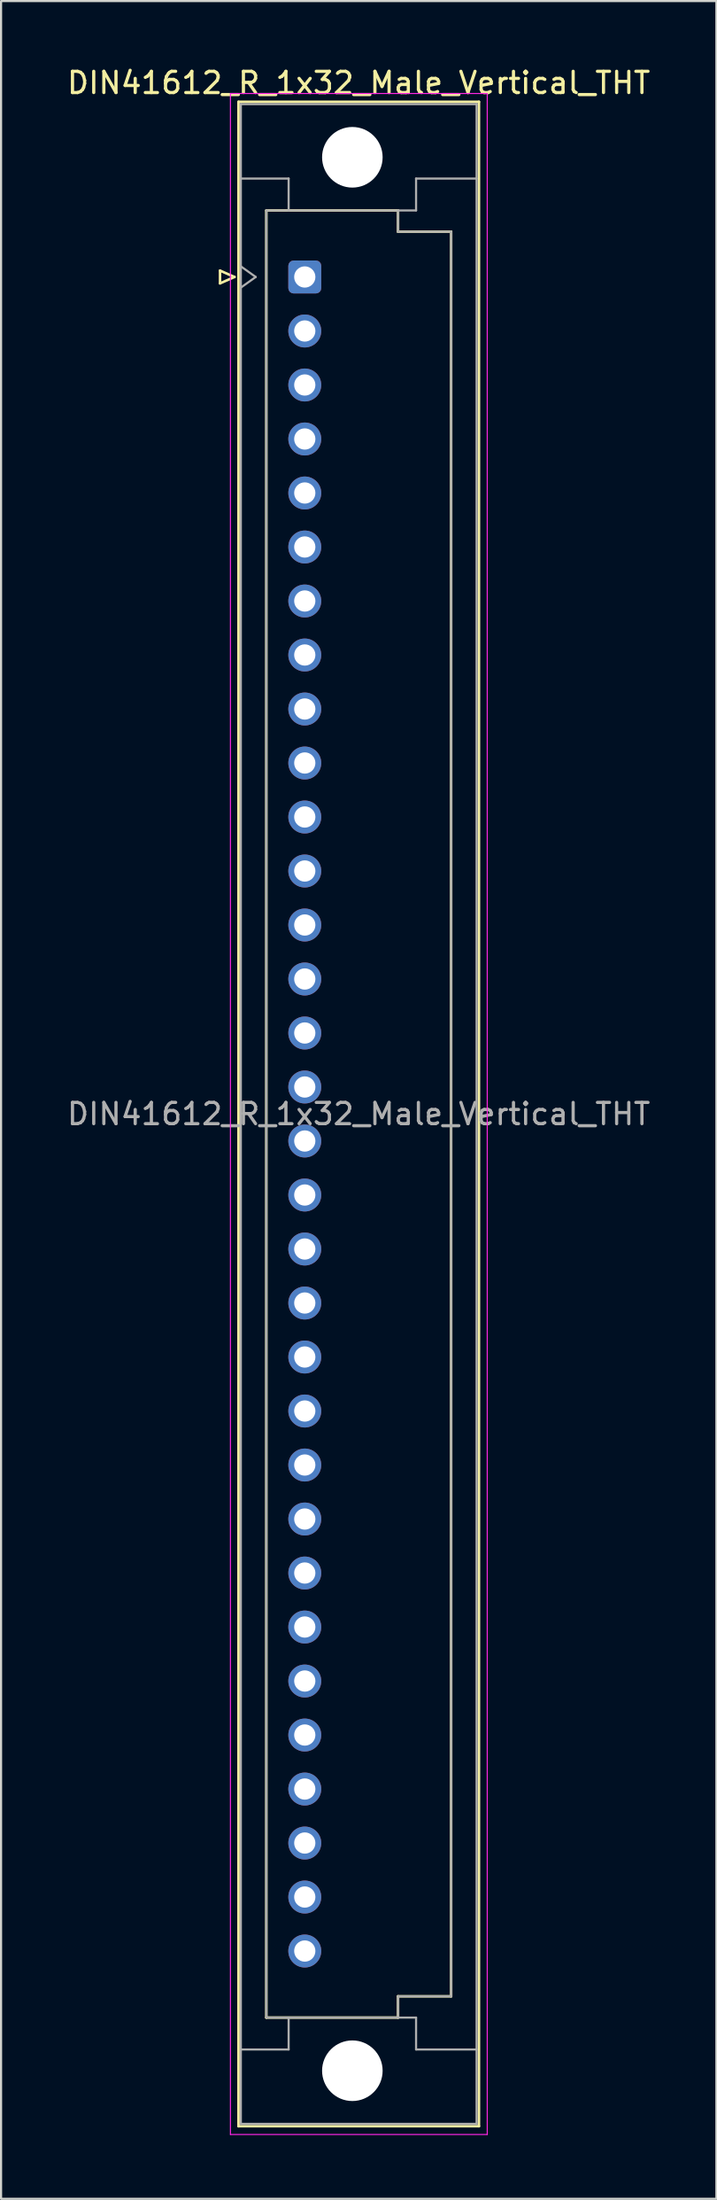
<source format=kicad_pcb>
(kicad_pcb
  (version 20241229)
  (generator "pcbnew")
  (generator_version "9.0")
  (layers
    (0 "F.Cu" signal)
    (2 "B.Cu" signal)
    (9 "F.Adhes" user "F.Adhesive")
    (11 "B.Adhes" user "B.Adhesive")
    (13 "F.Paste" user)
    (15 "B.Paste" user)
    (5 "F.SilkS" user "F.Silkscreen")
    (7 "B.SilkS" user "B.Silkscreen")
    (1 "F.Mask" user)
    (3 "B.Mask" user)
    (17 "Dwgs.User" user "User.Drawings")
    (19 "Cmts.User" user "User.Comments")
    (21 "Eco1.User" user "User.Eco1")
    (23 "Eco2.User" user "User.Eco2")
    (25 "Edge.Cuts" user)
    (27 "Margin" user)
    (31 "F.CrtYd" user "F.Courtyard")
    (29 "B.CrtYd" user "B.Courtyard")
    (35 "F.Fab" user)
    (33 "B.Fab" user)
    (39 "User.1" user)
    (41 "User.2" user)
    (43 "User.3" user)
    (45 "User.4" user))
  (footprint "DIN41612_R_1x32_Male_Vertical_THT"
    (layer "F.Cu")
    (at 11.299 9.978)
    (property "Reference" "DIN41612_R_1x32_Male_Vertical_THT" (at 2.54 -9.13 0) (layer "F.SilkS") (effects (font (size 1 1) (thickness 0.15))))
    (attr through_hole)
    (fp_line (start -3.99 -0.3) (end -3.99 0.3) (stroke (width 0.12) (type solid)) (layer "F.SilkS"))
    (fp_line (start -3.99 0.3) (end -3.31 0) (stroke (width 0.12) (type solid)) (layer "F.SilkS"))
    (fp_line (start -3.31 0) (end -3.99 -0.3) (stroke (width 0.12) (type solid)) (layer "F.SilkS"))
    (fp_line (start -3.12 -8.24) (end 8.2 -8.24) (stroke (width 0.12) (type solid)) (layer "F.SilkS"))
    (fp_line (start -3.12 86.98) (end -3.12 -8.24) (stroke (width 0.12) (type solid)) (layer "F.SilkS"))
    (fp_line (start -1.81 -3.13) (end 4.39 -3.13) (stroke (width 0.12) (type solid)) (layer "F.SilkS"))
    (fp_line (start -1.81 81.87) (end -1.81 -3.13) (stroke (width 0.12) (type solid)) (layer "F.SilkS"))
    (fp_line (start 4.39 -3.13) (end 4.39 -2.13) (stroke (width 0.12) (type solid)) (layer "F.SilkS"))
    (fp_line (start 4.39 -2.13) (end 6.89 -2.13) (stroke (width 0.12) (type solid)) (layer "F.SilkS"))
    (fp_line (start 4.39 80.87) (end 4.39 81.87) (stroke (width 0.12) (type solid)) (layer "F.SilkS"))
    (fp_line (start 4.39 81.87) (end -1.81 81.87) (stroke (width 0.12) (type solid)) (layer "F.SilkS"))
    (fp_line (start 6.89 -2.13) (end 6.89 80.87) (stroke (width 0.12) (type solid)) (layer "F.SilkS"))
    (fp_line (start 6.89 80.87) (end 4.39 80.87) (stroke (width 0.12) (type solid)) (layer "F.SilkS"))
    (fp_line (start 8.2 -8.24) (end 8.2 86.98) (stroke (width 0.12) (type solid)) (layer "F.SilkS"))
    (fp_line (start 8.2 86.98) (end -3.12 86.98) (stroke (width 0.12) (type solid)) (layer "F.SilkS"))
    (fp_line (start -3.5 -8.63) (end 8.59 -8.63) (stroke (width 0.05) (type solid)) (layer "F.CrtYd"))
    (fp_line (start -3.5 87.37) (end -3.5 -8.63) (stroke (width 0.05) (type solid)) (layer "F.CrtYd"))
    (fp_line (start 8.59 -8.63) (end 8.59 87.37) (stroke (width 0.05) (type solid)) (layer "F.CrtYd"))
    (fp_line (start 8.59 87.37) (end -3.5 87.37) (stroke (width 0.05) (type solid)) (layer "F.CrtYd"))
    (fp_line (start -3.01 -8.13) (end 8.09 -8.13) (stroke (width 0.1) (type solid)) (layer "F.Fab"))
    (fp_line (start -3.01 -4.63) (end -0.76 -4.63) (stroke (width 0.1) (type solid)) (layer "F.Fab"))
    (fp_line (start -3.01 -0.5) (end -2.31 0) (stroke (width 0.1) (type solid)) (layer "F.Fab"))
    (fp_line (start -3.01 83.37) (end -0.76 83.37) (stroke (width 0.1) (type solid)) (layer "F.Fab"))
    (fp_line (start -3.01 86.87) (end -3.01 -8.13) (stroke (width 0.1) (type solid)) (layer "F.Fab"))
    (fp_line (start -2.31 0) (end -3.01 0.5) (stroke (width 0.1) (type solid)) (layer "F.Fab"))
    (fp_line (start -1.81 -3.13) (end 4.39 -3.13) (stroke (width 0.1) (type solid)) (layer "F.Fab"))
    (fp_line (start -1.81 81.87) (end -1.81 -3.13) (stroke (width 0.1) (type solid)) (layer "F.Fab"))
    (fp_line (start -0.76 -4.63) (end -0.76 -3.13) (stroke (width 0.1) (type solid)) (layer "F.Fab"))
    (fp_line (start -0.76 83.37) (end -0.76 81.87) (stroke (width 0.1) (type solid)) (layer "F.Fab"))
    (fp_line (start 4.39 -3.13) (end 4.39 -2.13) (stroke (width 0.1) (type solid)) (layer "F.Fab"))
    (fp_line (start 4.39 -3.13) (end 5.24 -3.13) (stroke (width 0.1) (type solid)) (layer "F.Fab"))
    (fp_line (start 4.39 -2.13) (end 6.89 -2.13) (stroke (width 0.1) (type solid)) (layer "F.Fab"))
    (fp_line (start 4.39 80.87) (end 4.39 81.87) (stroke (width 0.1) (type solid)) (layer "F.Fab"))
    (fp_line (start 4.39 81.87) (end -1.81 81.87) (stroke (width 0.1) (type solid)) (layer "F.Fab"))
    (fp_line (start 4.39 81.87) (end 5.24 81.87) (stroke (width 0.1) (type solid)) (layer "F.Fab"))
    (fp_line (start 5.24 -4.63) (end 8.09 -4.63) (stroke (width 0.1) (type solid)) (layer "F.Fab"))
    (fp_line (start 5.24 -3.13) (end 5.24 -4.63) (stroke (width 0.1) (type solid)) (layer "F.Fab"))
    (fp_line (start 5.24 81.87) (end 5.24 83.37) (stroke (width 0.1) (type solid)) (layer "F.Fab"))
    (fp_line (start 5.24 83.37) (end 8.09 83.37) (stroke (width 0.1) (type solid)) (layer "F.Fab"))
    (fp_line (start 6.89 -2.13) (end 6.89 80.87) (stroke (width 0.1) (type solid)) (layer "F.Fab"))
    (fp_line (start 6.89 80.87) (end 4.39 80.87) (stroke (width 0.1) (type solid)) (layer "F.Fab"))
    (fp_line (start 8.09 -8.13) (end 8.09 86.87) (stroke (width 0.1) (type solid)) (layer "F.Fab"))
    (fp_line (start 8.09 86.87) (end -3.01 86.87) (stroke (width 0.1) (type solid)) (layer "F.Fab"))
    (fp_text user "${REFERENCE}" (at 2.54 39.37 0) (layer "F.Fab") (effects (font (size 1 1) (thickness 0.15))))
    (pad "" np_thru_hole circle (at 2.24 -5.63) (size 2.85 2.85) (drill 2.85) (layers "*.Cu" "*.Mask"))
    (pad "" np_thru_hole circle (at 2.24 84.37) (size 2.85 2.85) (drill 2.85) (layers "*.Cu" "*.Mask"))
    (pad "a1" thru_hole roundrect (at 0 0) (size 1.55 1.55) (drill 1) (layers "*.Cu" "*.Mask") (roundrect_rratio 0.161))
    (pad "a2" thru_hole circle (at 0 2.54) (size 1.55 1.55) (drill 1) (layers "*.Cu" "*.Mask"))
    (pad "a3" thru_hole circle (at 0 5.08) (size 1.55 1.55) (drill 1) (layers "*.Cu" "*.Mask"))
    (pad "a4" thru_hole circle (at 0 7.62) (size 1.55 1.55) (drill 1) (layers "*.Cu" "*.Mask"))
    (pad "a5" thru_hole circle (at 0 10.16) (size 1.55 1.55) (drill 1) (layers "*.Cu" "*.Mask"))
    (pad "a6" thru_hole circle (at 0 12.7) (size 1.55 1.55) (drill 1) (layers "*.Cu" "*.Mask"))
    (pad "a7" thru_hole circle (at 0 15.24) (size 1.55 1.55) (drill 1) (layers "*.Cu" "*.Mask"))
    (pad "a8" thru_hole circle (at 0 17.78) (size 1.55 1.55) (drill 1) (layers "*.Cu" "*.Mask"))
    (pad "a9" thru_hole circle (at 0 20.32) (size 1.55 1.55) (drill 1) (layers "*.Cu" "*.Mask"))
    (pad "a10" thru_hole circle (at 0 22.86) (size 1.55 1.55) (drill 1) (layers "*.Cu" "*.Mask"))
    (pad "a11" thru_hole circle (at 0 25.4) (size 1.55 1.55) (drill 1) (layers "*.Cu" "*.Mask"))
    (pad "a12" thru_hole circle (at 0 27.94) (size 1.55 1.55) (drill 1) (layers "*.Cu" "*.Mask"))
    (pad "a13" thru_hole circle (at 0 30.48) (size 1.55 1.55) (drill 1) (layers "*.Cu" "*.Mask"))
    (pad "a14" thru_hole circle (at 0 33.02) (size 1.55 1.55) (drill 1) (layers "*.Cu" "*.Mask"))
    (pad "a15" thru_hole circle (at 0 35.56) (size 1.55 1.55) (drill 1) (layers "*.Cu" "*.Mask"))
    (pad "a16" thru_hole circle (at 0 38.1) (size 1.55 1.55) (drill 1) (layers "*.Cu" "*.Mask"))
    (pad "a17" thru_hole circle (at 0 40.64) (size 1.55 1.55) (drill 1) (layers "*.Cu" "*.Mask"))
    (pad "a18" thru_hole circle (at 0 43.18) (size 1.55 1.55) (drill 1) (layers "*.Cu" "*.Mask"))
    (pad "a19" thru_hole circle (at 0 45.72) (size 1.55 1.55) (drill 1) (layers "*.Cu" "*.Mask"))
    (pad "a20" thru_hole circle (at 0 48.26) (size 1.55 1.55) (drill 1) (layers "*.Cu" "*.Mask"))
    (pad "a21" thru_hole circle (at 0 50.8) (size 1.55 1.55) (drill 1) (layers "*.Cu" "*.Mask"))
    (pad "a22" thru_hole circle (at 0 53.34) (size 1.55 1.55) (drill 1) (layers "*.Cu" "*.Mask"))
    (pad "a23" thru_hole circle (at 0 55.88) (size 1.55 1.55) (drill 1) (layers "*.Cu" "*.Mask"))
    (pad "a24" thru_hole circle (at 0 58.42) (size 1.55 1.55) (drill 1) (layers "*.Cu" "*.Mask"))
    (pad "a25" thru_hole circle (at 0 60.96) (size 1.55 1.55) (drill 1) (layers "*.Cu" "*.Mask"))
    (pad "a26" thru_hole circle (at 0 63.5) (size 1.55 1.55) (drill 1) (layers "*.Cu" "*.Mask"))
    (pad "a27" thru_hole circle (at 0 66.04) (size 1.55 1.55) (drill 1) (layers "*.Cu" "*.Mask"))
    (pad "a28" thru_hole circle (at 0 68.58) (size 1.55 1.55) (drill 1) (layers "*.Cu" "*.Mask"))
    (pad "a29" thru_hole circle (at 0 71.12) (size 1.55 1.55) (drill 1) (layers "*.Cu" "*.Mask"))
    (pad "a30" thru_hole circle (at 0 73.66) (size 1.55 1.55) (drill 1) (layers "*.Cu" "*.Mask"))
    (pad "a31" thru_hole circle (at 0 76.2) (size 1.55 1.55) (drill 1) (layers "*.Cu" "*.Mask"))
    (pad "a32" thru_hole circle (at 0 78.74) (size 1.55 1.55) (drill 1) (layers "*.Cu" "*.Mask")))
  (gr_rect
    (start -3 -3)
    (end 30.679 100.373)
    (stroke (width 0.1) (type default))
    (fill no)
    (layer "Edge.Cuts")))
</source>
